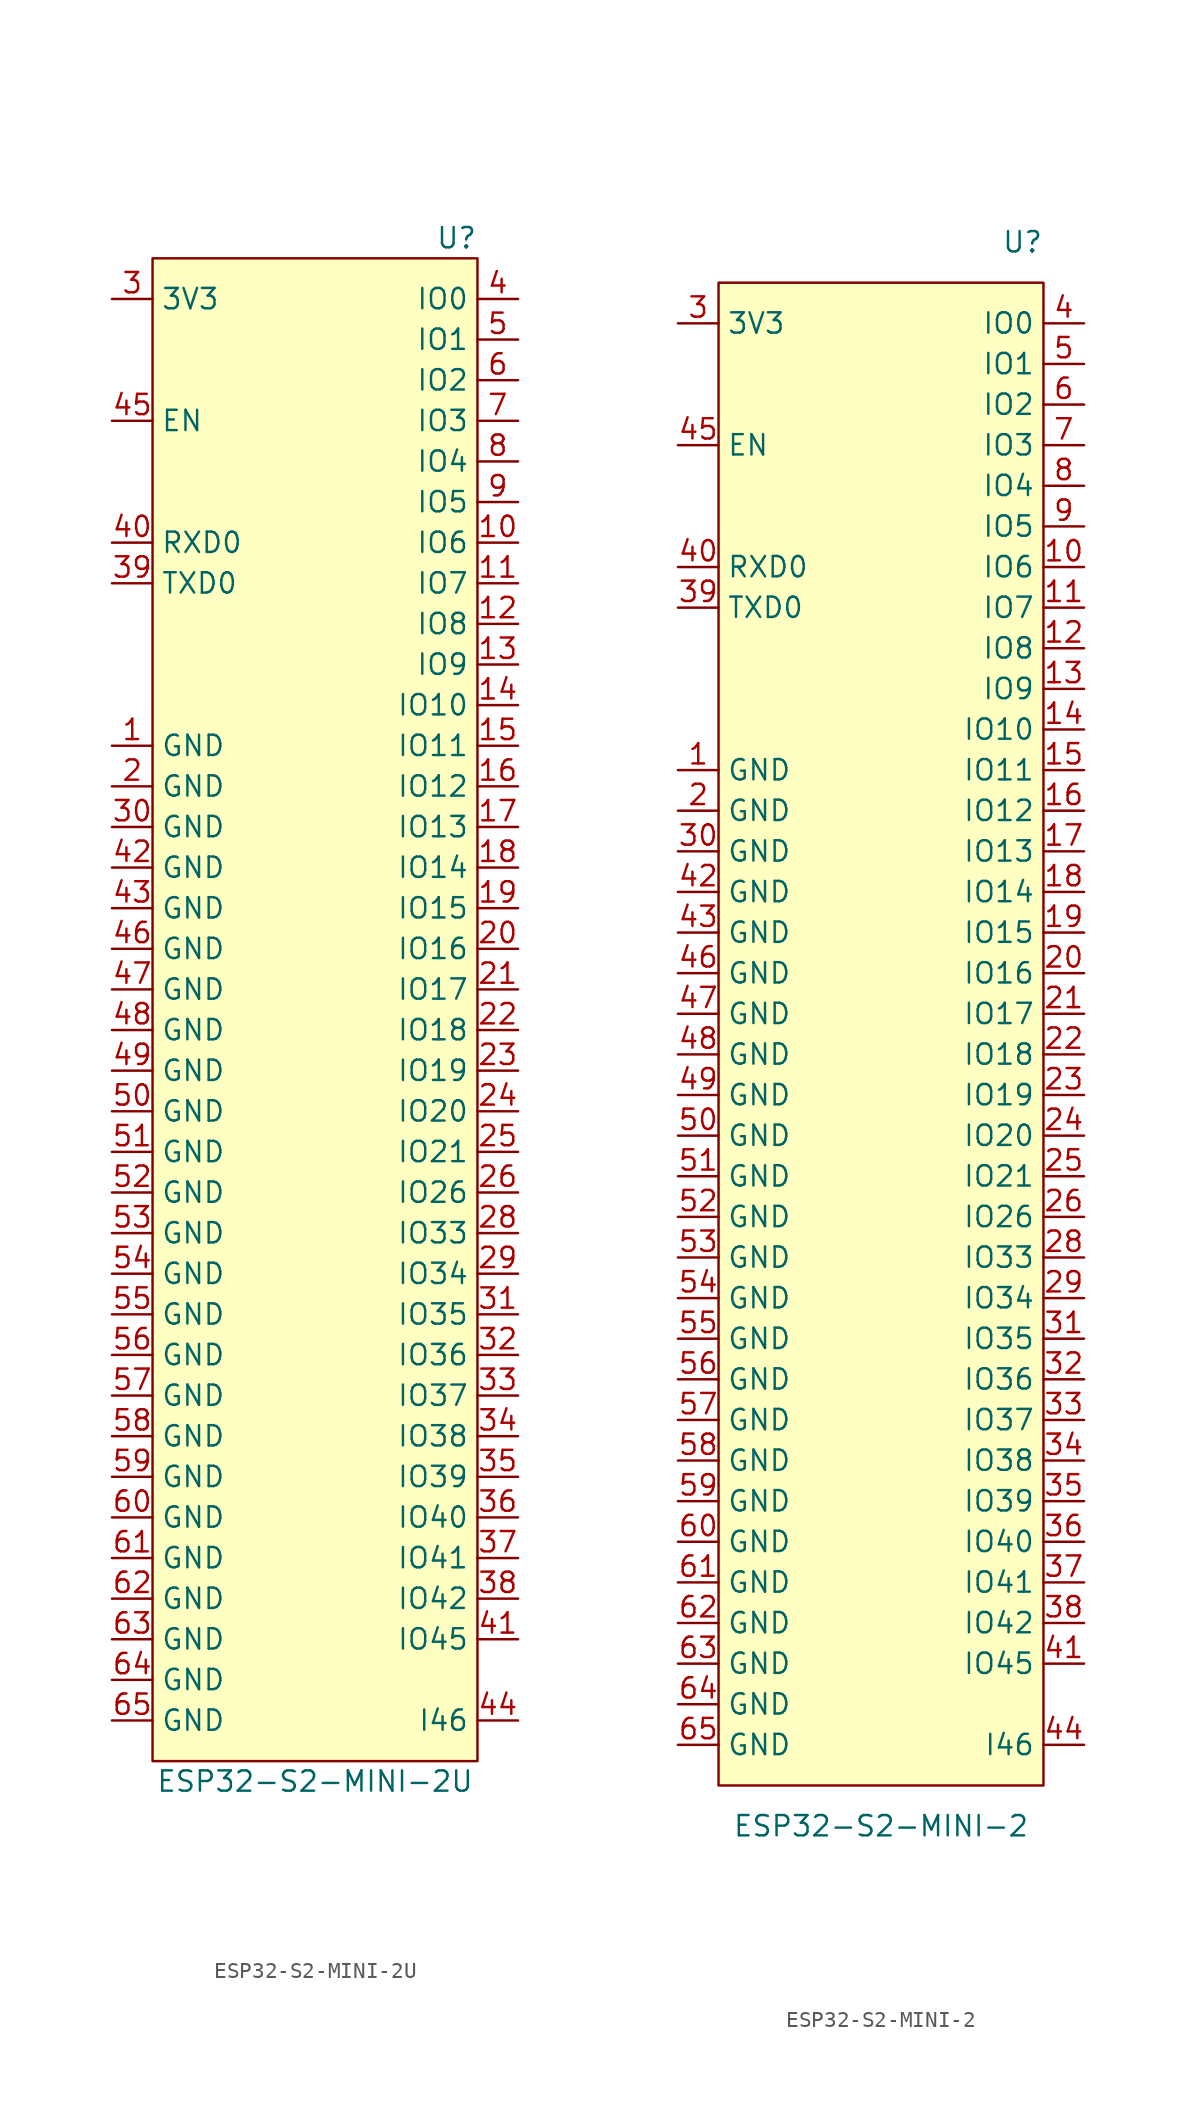
<source format=kicad_sym>
(kicad_symbol_lib
  (version 20231120)
  (generator "kicad_symbol_editor")
  (generator_version "8.0")
  (symbol "ESP32-S2-MINI-2U"
    (property "Reference" "U"
      (at 10.16 48.26 0)
      (effects (font (size 1.27 1.27)) (justify right)))
    (property "Value" "ESP32-S2-MINI-2U"
      (at 0 -48.26 0)
      (effects (font (size 1.27 1.27))))
    (symbol "ESP32-S2-MINI-2U_0_0"
      (pin power_in line (at -12.7 16.51 0) (length 2.54) (name "GND" (effects (font (size 1.27 1.27)))) (number "1" (effects (font (size 1.27 1.27)))))
      (pin bidirectional line (at 12.7 29.21 180) (length 2.54) (name "IO6" (effects (font (size 1.27 1.27)))) (number "10" (effects (font (size 1.27 1.27)))))
      (pin bidirectional line (at 12.7 26.67 180) (length 2.54) (name "IO7" (effects (font (size 1.27 1.27)))) (number "11" (effects (font (size 1.27 1.27)))))
      (pin bidirectional line (at 12.7 24.13 180) (length 2.54) (name "IO8" (effects (font (size 1.27 1.27)))) (number "12" (effects (font (size 1.27 1.27)))))
      (pin bidirectional line (at 12.7 21.59 180) (length 2.54) (name "IO9" (effects (font (size 1.27 1.27)))) (number "13" (effects (font (size 1.27 1.27)))))
      (pin bidirectional line (at 12.7 19.05 180) (length 2.54) (name "IO10" (effects (font (size 1.27 1.27)))) (number "14" (effects (font (size 1.27 1.27)))))
      (pin bidirectional line (at 12.7 16.51 180) (length 2.54) (name "IO11" (effects (font (size 1.27 1.27)))) (number "15" (effects (font (size 1.27 1.27)))))
      (pin bidirectional line (at 12.7 13.97 180) (length 2.54) (name "IO12" (effects (font (size 1.27 1.27)))) (number "16" (effects (font (size 1.27 1.27)))))
      (pin bidirectional line (at 12.7 11.43 180) (length 2.54) (name "IO13" (effects (font (size 1.27 1.27)))) (number "17" (effects (font (size 1.27 1.27)))))
      (pin bidirectional line (at 12.7 8.89 180) (length 2.54) (name "IO14" (effects (font (size 1.27 1.27)))) (number "18" (effects (font (size 1.27 1.27)))))
      (pin bidirectional line (at 12.7 6.35 180) (length 2.54) (name "IO15" (effects (font (size 1.27 1.27)))) (number "19" (effects (font (size 1.27 1.27)))))
      (pin power_in line (at -12.7 13.97 0) (length 2.54) (name "GND" (effects (font (size 1.27 1.27)))) (number "2" (effects (font (size 1.27 1.27)))))
      (pin bidirectional line (at 12.7 3.81 180) (length 2.54) (name "IO16" (effects (font (size 1.27 1.27)))) (number "20" (effects (font (size 1.27 1.27)))))
      (pin bidirectional line (at 12.7 1.27 180) (length 2.54) (name "IO17" (effects (font (size 1.27 1.27)))) (number "21" (effects (font (size 1.27 1.27)))))
      (pin bidirectional line (at 12.7 -1.27 180) (length 2.54) (name "IO18" (effects (font (size 1.27 1.27)))) (number "22" (effects (font (size 1.27 1.27)))))
      (pin bidirectional line (at 12.7 -3.81 180) (length 2.54) (name "IO19" (effects (font (size 1.27 1.27)))) (number "23" (effects (font (size 1.27 1.27)))))
      (pin bidirectional line (at 12.7 -6.35 180) (length 2.54) (name "IO20" (effects (font (size 1.27 1.27)))) (number "24" (effects (font (size 1.27 1.27)))))
      (pin bidirectional line (at 12.7 -8.89 180) (length 2.54) (name "IO21" (effects (font (size 1.27 1.27)))) (number "25" (effects (font (size 1.27 1.27)))))
      (pin bidirectional line (at 12.7 -11.43 180) (length 2.54) (name "IO26" (effects (font (size 1.27 1.27)))) (number "26" (effects (font (size 1.27 1.27)))))
      (pin bidirectional line (at 12.7 -13.97 180) (length 2.54) (name "IO33" (effects (font (size 1.27 1.27)))) (number "28" (effects (font (size 1.27 1.27)))))
      (pin bidirectional line (at 12.7 -16.51 180) (length 2.54) (name "IO34" (effects (font (size 1.27 1.27)))) (number "29" (effects (font (size 1.27 1.27)))))
      (pin power_in line (at -12.7 44.45 0) (length 2.54) (name "3V3" (effects (font (size 1.27 1.27)))) (number "3" (effects (font (size 1.27 1.27)))))
      (pin power_in line (at -12.7 11.43 0) (length 2.54) (name "GND" (effects (font (size 1.27 1.27)))) (number "30" (effects (font (size 1.27 1.27)))))
      (pin bidirectional line (at 12.7 -19.05 180) (length 2.54) (name "IO35" (effects (font (size 1.27 1.27)))) (number "31" (effects (font (size 1.27 1.27)))))
      (pin bidirectional line (at 12.7 -21.59 180) (length 2.54) (name "IO36" (effects (font (size 1.27 1.27)))) (number "32" (effects (font (size 1.27 1.27)))))
      (pin bidirectional line (at 12.7 -24.13 180) (length 2.54) (name "IO37" (effects (font (size 1.27 1.27)))) (number "33" (effects (font (size 1.27 1.27)))))
      (pin bidirectional line (at 12.7 -26.67 180) (length 2.54) (name "IO38" (effects (font (size 1.27 1.27)))) (number "34" (effects (font (size 1.27 1.27)))))
      (pin bidirectional line (at 12.7 -29.21 180) (length 2.54) (name "IO39" (effects (font (size 1.27 1.27)))) (number "35" (effects (font (size 1.27 1.27)))))
      (pin bidirectional line (at 12.7 -31.75 180) (length 2.54) (name "IO40" (effects (font (size 1.27 1.27)))) (number "36" (effects (font (size 1.27 1.27)))))
      (pin bidirectional line (at 12.7 -34.29 180) (length 2.54) (name "IO41" (effects (font (size 1.27 1.27)))) (number "37" (effects (font (size 1.27 1.27)))))
      (pin bidirectional line (at 12.7 -36.83 180) (length 2.54) (name "IO42" (effects (font (size 1.27 1.27)))) (number "38" (effects (font (size 1.27 1.27)))))
      (pin bidirectional line (at -12.7 26.67 0) (length 2.54) (name "TXD0" (effects (font (size 1.27 1.27)))) (number "39" (effects (font (size 1.27 1.27)))))
      (pin bidirectional line (at 12.7 44.45 180) (length 2.54) (name "IO0" (effects (font (size 1.27 1.27)))) (number "4" (effects (font (size 1.27 1.27)))))
      (pin bidirectional line (at -12.7 29.21 0) (length 2.54) (name "RXD0" (effects (font (size 1.27 1.27)))) (number "40" (effects (font (size 1.27 1.27)))))
      (pin bidirectional line (at 12.7 -39.37 180) (length 2.54) (name "IO45" (effects (font (size 1.27 1.27)))) (number "41" (effects (font (size 1.27 1.27)))))
      (pin power_in line (at -12.7 8.89 0) (length 2.54) (name "GND" (effects (font (size 1.27 1.27)))) (number "42" (effects (font (size 1.27 1.27)))))
      (pin power_in line (at -12.7 6.35 0) (length 2.54) (name "GND" (effects (font (size 1.27 1.27)))) (number "43" (effects (font (size 1.27 1.27)))))
      (pin input line (at -12.7 36.83 0) (length 2.54) (name "EN" (effects (font (size 1.27 1.27)))) (number "45" (effects (font (size 1.27 1.27)))))
      (pin power_in line (at -12.7 3.81 0) (length 2.54) (name "GND" (effects (font (size 1.27 1.27)))) (number "46" (effects (font (size 1.27 1.27)))))
      (pin power_in line (at -12.7 1.27 0) (length 2.54) (name "GND" (effects (font (size 1.27 1.27)))) (number "47" (effects (font (size 1.27 1.27)))))
      (pin power_in line (at -12.7 -1.27 0) (length 2.54) (name "GND" (effects (font (size 1.27 1.27)))) (number "48" (effects (font (size 1.27 1.27)))))
      (pin power_in line (at -12.7 -3.81 0) (length 2.54) (name "GND" (effects (font (size 1.27 1.27)))) (number "49" (effects (font (size 1.27 1.27)))))
      (pin bidirectional line (at 12.7 41.91 180) (length 2.54) (name "IO1" (effects (font (size 1.27 1.27)))) (number "5" (effects (font (size 1.27 1.27)))))
      (pin power_in line (at -12.7 -6.35 0) (length 2.54) (name "GND" (effects (font (size 1.27 1.27)))) (number "50" (effects (font (size 1.27 1.27)))))
      (pin power_in line (at -12.7 -8.89 0) (length 2.54) (name "GND" (effects (font (size 1.27 1.27)))) (number "51" (effects (font (size 1.27 1.27)))))
      (pin power_in line (at -12.7 -11.43 0) (length 2.54) (name "GND" (effects (font (size 1.27 1.27)))) (number "52" (effects (font (size 1.27 1.27)))))
      (pin power_in line (at -12.7 -13.97 0) (length 2.54) (name "GND" (effects (font (size 1.27 1.27)))) (number "53" (effects (font (size 1.27 1.27)))))
      (pin power_in line (at -12.7 -16.51 0) (length 2.54) (name "GND" (effects (font (size 1.27 1.27)))) (number "54" (effects (font (size 1.27 1.27)))))
      (pin power_in line (at -12.7 -19.05 0) (length 2.54) (name "GND" (effects (font (size 1.27 1.27)))) (number "55" (effects (font (size 1.27 1.27)))))
      (pin power_in line (at -12.7 -21.59 0) (length 2.54) (name "GND" (effects (font (size 1.27 1.27)))) (number "56" (effects (font (size 1.27 1.27)))))
      (pin power_in line (at -12.7 -24.13 0) (length 2.54) (name "GND" (effects (font (size 1.27 1.27)))) (number "57" (effects (font (size 1.27 1.27)))))
      (pin power_in line (at -12.7 -26.67 0) (length 2.54) (name "GND" (effects (font (size 1.27 1.27)))) (number "58" (effects (font (size 1.27 1.27)))))
      (pin power_in line (at -12.7 -29.21 0) (length 2.54) (name "GND" (effects (font (size 1.27 1.27)))) (number "59" (effects (font (size 1.27 1.27)))))
      (pin bidirectional line (at 12.7 39.37 180) (length 2.54) (name "IO2" (effects (font (size 1.27 1.27)))) (number "6" (effects (font (size 1.27 1.27)))))
      (pin power_in line (at -12.7 -31.75 0) (length 2.54) (name "GND" (effects (font (size 1.27 1.27)))) (number "60" (effects (font (size 1.27 1.27)))))
      (pin power_in line (at -12.7 -34.29 0) (length 2.54) (name "GND" (effects (font (size 1.27 1.27)))) (number "61" (effects (font (size 1.27 1.27)))))
      (pin power_in line (at -12.7 -36.83 0) (length 2.54) (name "GND" (effects (font (size 1.27 1.27)))) (number "62" (effects (font (size 1.27 1.27)))))
      (pin power_in line (at -12.7 -39.37 0) (length 2.54) (name "GND" (effects (font (size 1.27 1.27)))) (number "63" (effects (font (size 1.27 1.27)))))
      (pin power_in line (at -12.7 -41.91 0) (length 2.54) (name "GND" (effects (font (size 1.27 1.27)))) (number "64" (effects (font (size 1.27 1.27)))))
      (pin power_in line (at -12.7 -44.45 0) (length 2.54) (name "GND" (effects (font (size 1.27 1.27)))) (number "65" (effects (font (size 1.27 1.27)))))
      (pin bidirectional line (at 12.7 36.83 180) (length 2.54) (name "IO3" (effects (font (size 1.27 1.27)))) (number "7" (effects (font (size 1.27 1.27)))))
      (pin bidirectional line (at 12.7 34.29 180) (length 2.54) (name "IO4" (effects (font (size 1.27 1.27)))) (number "8" (effects (font (size 1.27 1.27)))))
      (pin bidirectional line (at 12.7 31.75 180) (length 2.54) (name "IO5" (effects (font (size 1.27 1.27)))) (number "9" (effects (font (size 1.27 1.27))))))
    (symbol "ESP32-S2-MINI-2U_1_0"
      (pin no_connect line (at 0 0 0) (length 2.54) hide (name "NC" (effects (font (size 1.27 1.27)))) (number "27" (effects (font (size 1.27 1.27)))))
      (pin input line (at 12.7 -44.45 180) (length 2.54) (name "I46" (effects (font (size 1.27 1.27)))) (number "44" (effects (font (size 1.27 1.27))))))
    (symbol "ESP32-S2-MINI-2U_1_1"
      (rectangle (start -10.16 46.99) (end 10.16 -46.99) (stroke (width 0) (type default)) (fill (type background)))))
  (symbol "ESP32-S2-MINI-2"
    (property "Reference" "U"
      (at 10.16 49.53 0)
      (effects (font (size 1.27 1.27)) (justify right)))
    (property "Value" "ESP32-S2-MINI-2"
      (at 0 -49.53 0)
      (effects (font (size 1.27 1.27))))
    (symbol "ESP32-S2-MINI-2_0_0"
      (pin power_in line (at -12.7 16.51 0) (length 2.54) (name "GND" (effects (font (size 1.27 1.27)))) (number "1" (effects (font (size 1.27 1.27)))))
      (pin bidirectional line (at 12.7 29.21 180) (length 2.54) (name "IO6" (effects (font (size 1.27 1.27)))) (number "10" (effects (font (size 1.27 1.27)))))
      (pin bidirectional line (at 12.7 26.67 180) (length 2.54) (name "IO7" (effects (font (size 1.27 1.27)))) (number "11" (effects (font (size 1.27 1.27)))))
      (pin bidirectional line (at 12.7 24.13 180) (length 2.54) (name "IO8" (effects (font (size 1.27 1.27)))) (number "12" (effects (font (size 1.27 1.27)))))
      (pin bidirectional line (at 12.7 21.59 180) (length 2.54) (name "IO9" (effects (font (size 1.27 1.27)))) (number "13" (effects (font (size 1.27 1.27)))))
      (pin bidirectional line (at 12.7 19.05 180) (length 2.54) (name "IO10" (effects (font (size 1.27 1.27)))) (number "14" (effects (font (size 1.27 1.27)))))
      (pin bidirectional line (at 12.7 16.51 180) (length 2.54) (name "IO11" (effects (font (size 1.27 1.27)))) (number "15" (effects (font (size 1.27 1.27)))))
      (pin bidirectional line (at 12.7 13.97 180) (length 2.54) (name "IO12" (effects (font (size 1.27 1.27)))) (number "16" (effects (font (size 1.27 1.27)))))
      (pin bidirectional line (at 12.7 11.43 180) (length 2.54) (name "IO13" (effects (font (size 1.27 1.27)))) (number "17" (effects (font (size 1.27 1.27)))))
      (pin bidirectional line (at 12.7 8.89 180) (length 2.54) (name "IO14" (effects (font (size 1.27 1.27)))) (number "18" (effects (font (size 1.27 1.27)))))
      (pin bidirectional line (at 12.7 6.35 180) (length 2.54) (name "IO15" (effects (font (size 1.27 1.27)))) (number "19" (effects (font (size 1.27 1.27)))))
      (pin power_in line (at -12.7 13.97 0) (length 2.54) (name "GND" (effects (font (size 1.27 1.27)))) (number "2" (effects (font (size 1.27 1.27)))))
      (pin bidirectional line (at 12.7 3.81 180) (length 2.54) (name "IO16" (effects (font (size 1.27 1.27)))) (number "20" (effects (font (size 1.27 1.27)))))
      (pin bidirectional line (at 12.7 1.27 180) (length 2.54) (name "IO17" (effects (font (size 1.27 1.27)))) (number "21" (effects (font (size 1.27 1.27)))))
      (pin bidirectional line (at 12.7 -1.27 180) (length 2.54) (name "IO18" (effects (font (size 1.27 1.27)))) (number "22" (effects (font (size 1.27 1.27)))))
      (pin bidirectional line (at 12.7 -3.81 180) (length 2.54) (name "IO19" (effects (font (size 1.27 1.27)))) (number "23" (effects (font (size 1.27 1.27)))))
      (pin bidirectional line (at 12.7 -6.35 180) (length 2.54) (name "IO20" (effects (font (size 1.27 1.27)))) (number "24" (effects (font (size 1.27 1.27)))))
      (pin bidirectional line (at 12.7 -8.89 180) (length 2.54) (name "IO21" (effects (font (size 1.27 1.27)))) (number "25" (effects (font (size 1.27 1.27)))))
      (pin bidirectional line (at 12.7 -11.43 180) (length 2.54) (name "IO26" (effects (font (size 1.27 1.27)))) (number "26" (effects (font (size 1.27 1.27)))))
      (pin bidirectional line (at 12.7 -13.97 180) (length 2.54) (name "IO33" (effects (font (size 1.27 1.27)))) (number "28" (effects (font (size 1.27 1.27)))))
      (pin bidirectional line (at 12.7 -16.51 180) (length 2.54) (name "IO34" (effects (font (size 1.27 1.27)))) (number "29" (effects (font (size 1.27 1.27)))))
      (pin power_in line (at -12.7 44.45 0) (length 2.54) (name "3V3" (effects (font (size 1.27 1.27)))) (number "3" (effects (font (size 1.27 1.27)))))
      (pin power_in line (at -12.7 11.43 0) (length 2.54) (name "GND" (effects (font (size 1.27 1.27)))) (number "30" (effects (font (size 1.27 1.27)))))
      (pin bidirectional line (at 12.7 -19.05 180) (length 2.54) (name "IO35" (effects (font (size 1.27 1.27)))) (number "31" (effects (font (size 1.27 1.27)))))
      (pin bidirectional line (at 12.7 -21.59 180) (length 2.54) (name "IO36" (effects (font (size 1.27 1.27)))) (number "32" (effects (font (size 1.27 1.27)))))
      (pin bidirectional line (at 12.7 -24.13 180) (length 2.54) (name "IO37" (effects (font (size 1.27 1.27)))) (number "33" (effects (font (size 1.27 1.27)))))
      (pin bidirectional line (at 12.7 -26.67 180) (length 2.54) (name "IO38" (effects (font (size 1.27 1.27)))) (number "34" (effects (font (size 1.27 1.27)))))
      (pin bidirectional line (at 12.7 -29.21 180) (length 2.54) (name "IO39" (effects (font (size 1.27 1.27)))) (number "35" (effects (font (size 1.27 1.27)))))
      (pin bidirectional line (at 12.7 -31.75 180) (length 2.54) (name "IO40" (effects (font (size 1.27 1.27)))) (number "36" (effects (font (size 1.27 1.27)))))
      (pin bidirectional line (at 12.7 -34.29 180) (length 2.54) (name "IO41" (effects (font (size 1.27 1.27)))) (number "37" (effects (font (size 1.27 1.27)))))
      (pin bidirectional line (at 12.7 -36.83 180) (length 2.54) (name "IO42" (effects (font (size 1.27 1.27)))) (number "38" (effects (font (size 1.27 1.27)))))
      (pin bidirectional line (at -12.7 26.67 0) (length 2.54) (name "TXD0" (effects (font (size 1.27 1.27)))) (number "39" (effects (font (size 1.27 1.27)))))
      (pin bidirectional line (at 12.7 44.45 180) (length 2.54) (name "IO0" (effects (font (size 1.27 1.27)))) (number "4" (effects (font (size 1.27 1.27)))))
      (pin bidirectional line (at -12.7 29.21 0) (length 2.54) (name "RXD0" (effects (font (size 1.27 1.27)))) (number "40" (effects (font (size 1.27 1.27)))))
      (pin bidirectional line (at 12.7 -39.37 180) (length 2.54) (name "IO45" (effects (font (size 1.27 1.27)))) (number "41" (effects (font (size 1.27 1.27)))))
      (pin power_in line (at -12.7 8.89 0) (length 2.54) (name "GND" (effects (font (size 1.27 1.27)))) (number "42" (effects (font (size 1.27 1.27)))))
      (pin power_in line (at -12.7 6.35 0) (length 2.54) (name "GND" (effects (font (size 1.27 1.27)))) (number "43" (effects (font (size 1.27 1.27)))))
      (pin input line (at -12.7 36.83 0) (length 2.54) (name "EN" (effects (font (size 1.27 1.27)))) (number "45" (effects (font (size 1.27 1.27)))))
      (pin power_in line (at -12.7 3.81 0) (length 2.54) (name "GND" (effects (font (size 1.27 1.27)))) (number "46" (effects (font (size 1.27 1.27)))))
      (pin power_in line (at -12.7 1.27 0) (length 2.54) (name "GND" (effects (font (size 1.27 1.27)))) (number "47" (effects (font (size 1.27 1.27)))))
      (pin power_in line (at -12.7 -1.27 0) (length 2.54) (name "GND" (effects (font (size 1.27 1.27)))) (number "48" (effects (font (size 1.27 1.27)))))
      (pin power_in line (at -12.7 -3.81 0) (length 2.54) (name "GND" (effects (font (size 1.27 1.27)))) (number "49" (effects (font (size 1.27 1.27)))))
      (pin bidirectional line (at 12.7 41.91 180) (length 2.54) (name "IO1" (effects (font (size 1.27 1.27)))) (number "5" (effects (font (size 1.27 1.27)))))
      (pin power_in line (at -12.7 -6.35 0) (length 2.54) (name "GND" (effects (font (size 1.27 1.27)))) (number "50" (effects (font (size 1.27 1.27)))))
      (pin power_in line (at -12.7 -8.89 0) (length 2.54) (name "GND" (effects (font (size 1.27 1.27)))) (number "51" (effects (font (size 1.27 1.27)))))
      (pin power_in line (at -12.7 -11.43 0) (length 2.54) (name "GND" (effects (font (size 1.27 1.27)))) (number "52" (effects (font (size 1.27 1.27)))))
      (pin power_in line (at -12.7 -13.97 0) (length 2.54) (name "GND" (effects (font (size 1.27 1.27)))) (number "53" (effects (font (size 1.27 1.27)))))
      (pin power_in line (at -12.7 -16.51 0) (length 2.54) (name "GND" (effects (font (size 1.27 1.27)))) (number "54" (effects (font (size 1.27 1.27)))))
      (pin power_in line (at -12.7 -19.05 0) (length 2.54) (name "GND" (effects (font (size 1.27 1.27)))) (number "55" (effects (font (size 1.27 1.27)))))
      (pin power_in line (at -12.7 -21.59 0) (length 2.54) (name "GND" (effects (font (size 1.27 1.27)))) (number "56" (effects (font (size 1.27 1.27)))))
      (pin power_in line (at -12.7 -24.13 0) (length 2.54) (name "GND" (effects (font (size 1.27 1.27)))) (number "57" (effects (font (size 1.27 1.27)))))
      (pin power_in line (at -12.7 -26.67 0) (length 2.54) (name "GND" (effects (font (size 1.27 1.27)))) (number "58" (effects (font (size 1.27 1.27)))))
      (pin power_in line (at -12.7 -29.21 0) (length 2.54) (name "GND" (effects (font (size 1.27 1.27)))) (number "59" (effects (font (size 1.27 1.27)))))
      (pin bidirectional line (at 12.7 39.37 180) (length 2.54) (name "IO2" (effects (font (size 1.27 1.27)))) (number "6" (effects (font (size 1.27 1.27)))))
      (pin power_in line (at -12.7 -31.75 0) (length 2.54) (name "GND" (effects (font (size 1.27 1.27)))) (number "60" (effects (font (size 1.27 1.27)))))
      (pin power_in line (at -12.7 -34.29 0) (length 2.54) (name "GND" (effects (font (size 1.27 1.27)))) (number "61" (effects (font (size 1.27 1.27)))))
      (pin power_in line (at -12.7 -36.83 0) (length 2.54) (name "GND" (effects (font (size 1.27 1.27)))) (number "62" (effects (font (size 1.27 1.27)))))
      (pin power_in line (at -12.7 -39.37 0) (length 2.54) (name "GND" (effects (font (size 1.27 1.27)))) (number "63" (effects (font (size 1.27 1.27)))))
      (pin power_in line (at -12.7 -41.91 0) (length 2.54) (name "GND" (effects (font (size 1.27 1.27)))) (number "64" (effects (font (size 1.27 1.27)))))
      (pin power_in line (at -12.7 -44.45 0) (length 2.54) (name "GND" (effects (font (size 1.27 1.27)))) (number "65" (effects (font (size 1.27 1.27)))))
      (pin bidirectional line (at 12.7 36.83 180) (length 2.54) (name "IO3" (effects (font (size 1.27 1.27)))) (number "7" (effects (font (size 1.27 1.27)))))
      (pin bidirectional line (at 12.7 34.29 180) (length 2.54) (name "IO4" (effects (font (size 1.27 1.27)))) (number "8" (effects (font (size 1.27 1.27)))))
      (pin bidirectional line (at 12.7 31.75 180) (length 2.54) (name "IO5" (effects (font (size 1.27 1.27)))) (number "9" (effects (font (size 1.27 1.27))))))
    (symbol "ESP32-S2-MINI-2_1_0"
      (pin no_connect line (at 0 0 0) (length 2.54) hide (name "NC" (effects (font (size 1.27 1.27)))) (number "27" (effects (font (size 1.27 1.27)))))
      (pin input line (at 12.7 -44.45 180) (length 2.54) (name "I46" (effects (font (size 1.27 1.27)))) (number "44" (effects (font (size 1.27 1.27))))))
    (symbol "ESP32-S2-MINI-2_1_1"
      (rectangle (start -10.16 46.99) (end 10.16 -46.99) (stroke (width 0) (type default)) (fill (type background))))))
</source>
